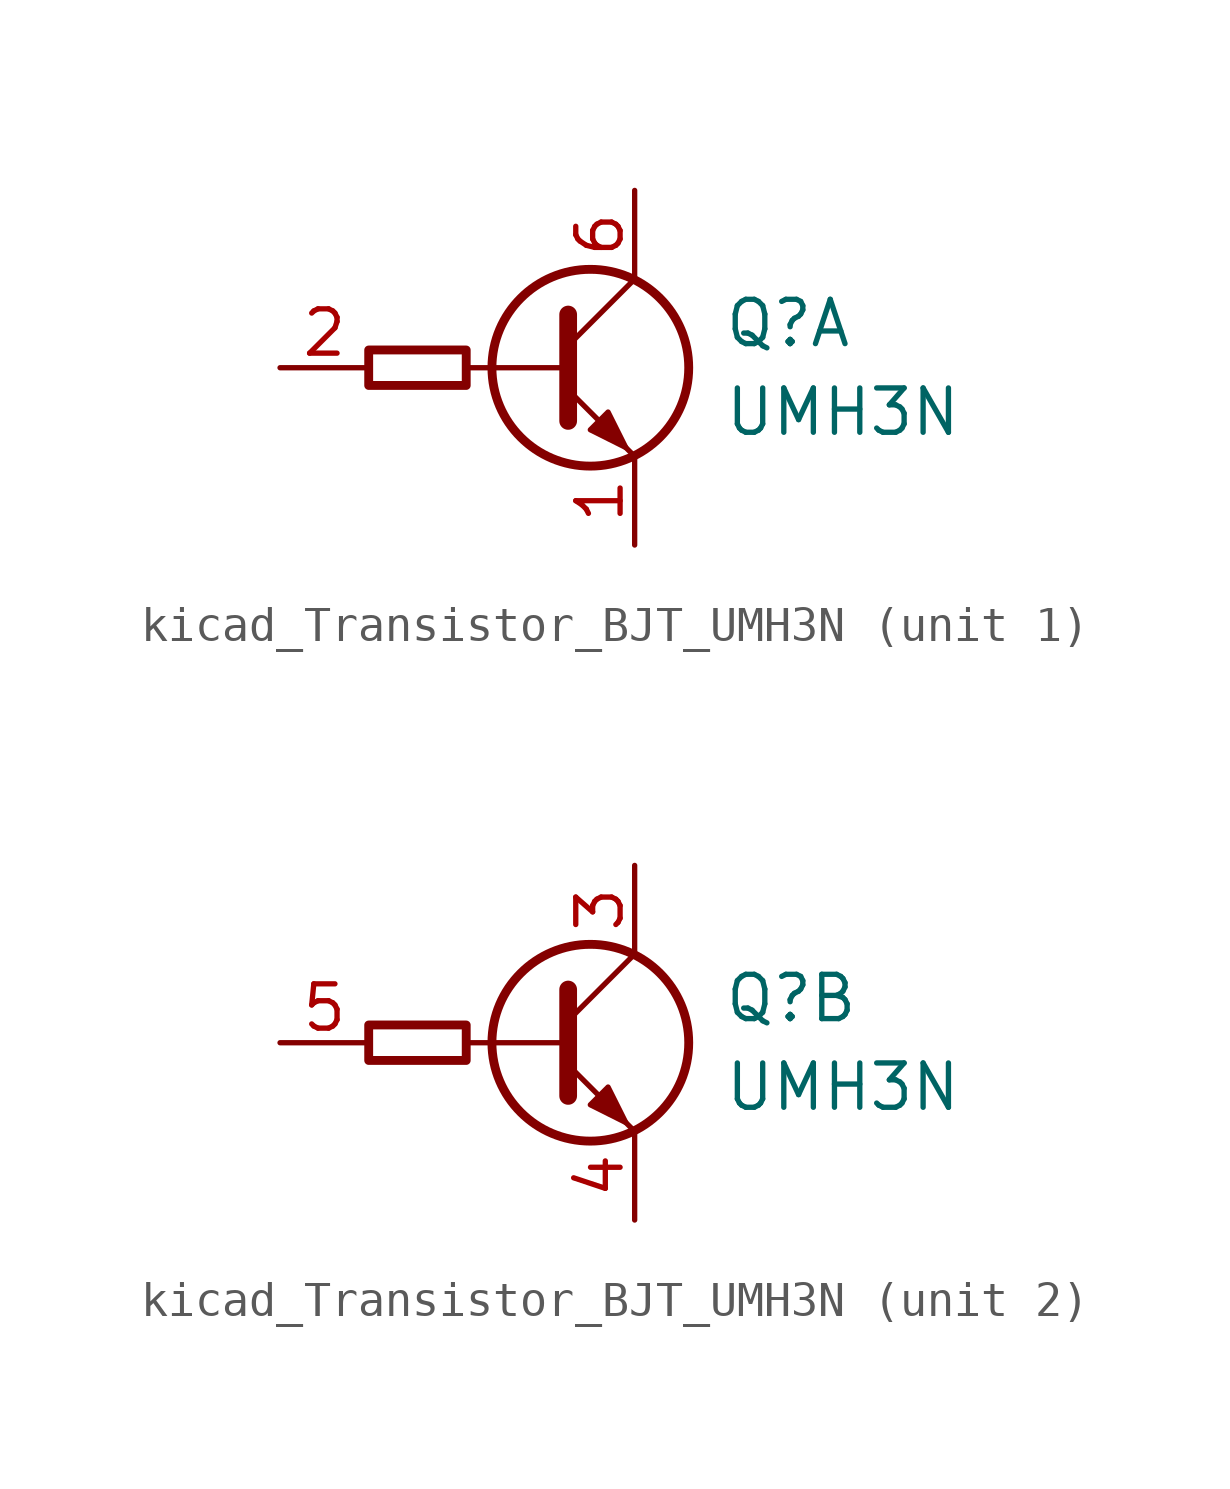
<source format=kicad_sym>
(kicad_symbol_lib
  (version 20220914)
  (generator kicad_symbol_editor)
  (symbol "kicad_Transistor_BJT_UMH3N"
    (pin_names hide)
    (property "Reference" "Q"
      (at 7.62 1.27 0)
      (effects (font (size 1.27 1.27)) (justify left)))
    (property "Value" "UMH3N"
      (at 7.62 -1.27 0)
      (effects (font (size 1.27 1.27)) (justify left)))
    (symbol "kicad_Transistor_BJT_UMH3N_0_1"
      (polyline (pts (xy 3.175 0) (xy 0.254 0)) (stroke (width 0) (type default)) (fill (type none)))
      (polyline (pts (xy 3.175 0.635) (xy 5.08 2.54)) (stroke (width 0) (type default)) (fill (type none)))
      (polyline (pts (xy 3.175 1.524) (xy 3.175 -1.524)) (stroke (width 0.508) (type default)) (fill (type none)))
      (polyline (pts (xy 3.175 -0.635) (xy 5.08 -2.54) (xy 5.08 -2.54)) (stroke (width 0) (type default)) (fill (type none)))
      (polyline (pts (xy 3.81 -1.778) (xy 4.318 -1.27) (xy 4.826 -2.286) (xy 3.81 -1.778) (xy 3.81 -1.778)) (stroke (width 0) (type default)) (fill (type outline)))
      (rectangle (start 0.254 0.508) (end -2.54 -0.508) (stroke (width 0.254) (type default)) (fill (type none)))
      (circle (center 3.81 0) (radius 2.819) (stroke (width 0.254) (type default)) (fill (type none))))
    (symbol "kicad_Transistor_BJT_UMH3N_1_1"
      (pin passive line (at 5.08 -5.08 90) (length 2.54) (name "E1" (effects (font (size 1.27 1.27)))) (number "1" (effects (font (size 1.27 1.27)))))
      (pin input line (at -5.08 0 0) (length 2.54) (name "B1" (effects (font (size 1.27 1.27)))) (number "2" (effects (font (size 1.27 1.27)))))
      (pin passive line (at 5.08 5.08 270) (length 2.54) (name "C1" (effects (font (size 1.27 1.27)))) (number "6" (effects (font (size 1.27 1.27))))))
    (symbol "kicad_Transistor_BJT_UMH3N_2_1"
      (pin passive line (at 5.08 5.08 270) (length 2.54) (name "C2" (effects (font (size 1.27 1.27)))) (number "3" (effects (font (size 1.27 1.27)))))
      (pin passive line (at 5.08 -5.08 90) (length 2.54) (name "E2" (effects (font (size 1.27 1.27)))) (number "4" (effects (font (size 1.27 1.27)))))
      (pin input line (at -5.08 0 0) (length 2.54) (name "B2" (effects (font (size 1.27 1.27)))) (number "5" (effects (font (size 1.27 1.27))))))))
</source>
